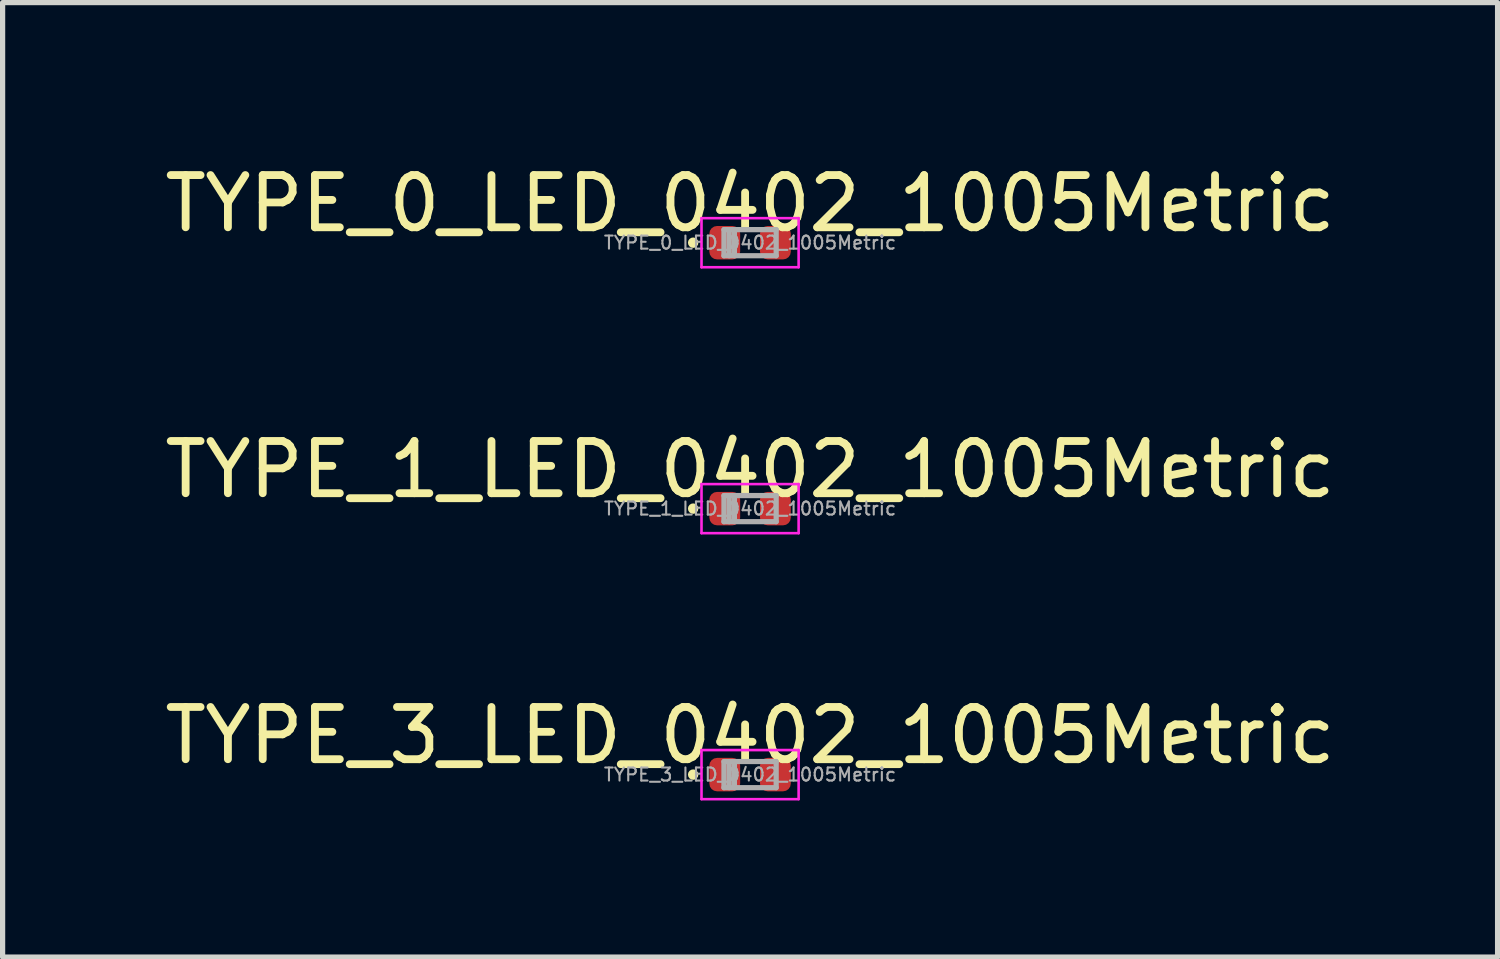
<source format=kicad_pcb>
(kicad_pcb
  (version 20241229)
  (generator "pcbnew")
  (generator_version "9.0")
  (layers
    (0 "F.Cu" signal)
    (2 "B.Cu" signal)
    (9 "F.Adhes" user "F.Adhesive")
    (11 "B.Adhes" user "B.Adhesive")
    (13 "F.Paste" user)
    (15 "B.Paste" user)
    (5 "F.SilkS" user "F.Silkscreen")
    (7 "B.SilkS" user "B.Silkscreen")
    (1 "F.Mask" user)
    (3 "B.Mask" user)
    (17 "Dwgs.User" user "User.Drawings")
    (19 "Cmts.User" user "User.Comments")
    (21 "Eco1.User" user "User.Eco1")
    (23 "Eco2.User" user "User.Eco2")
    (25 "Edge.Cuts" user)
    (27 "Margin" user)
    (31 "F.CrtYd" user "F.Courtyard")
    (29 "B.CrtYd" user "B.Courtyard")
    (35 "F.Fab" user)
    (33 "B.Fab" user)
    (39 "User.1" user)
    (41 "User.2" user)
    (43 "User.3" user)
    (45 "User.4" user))
  (footprint "TYPE_0_LED_0402_1005Metric"
    (layer "F.Cu")
    (at 11.315 1.598)
    (property "Reference" "TYPE_0_LED_0402_1005Metric" (at 0 -0.75 0) (layer "F.SilkS") (effects (font (size 1 1) (thickness 0.15))))
    (attr smd)
    (fp_circle (center -1.09 0) (end -1.04 0) (stroke (width 0.1) (type solid)) (fill no) (layer "F.SilkS"))
    (fp_line (start -0.93 -0.47) (end 0.93 -0.47) (stroke (width 0.05) (type solid)) (layer "F.CrtYd"))
    (fp_line (start -0.93 0.47) (end -0.93 -0.47) (stroke (width 0.05) (type solid)) (layer "F.CrtYd"))
    (fp_line (start 0.93 -0.47) (end 0.93 0.47) (stroke (width 0.05) (type solid)) (layer "F.CrtYd"))
    (fp_line (start 0.93 0.47) (end -0.93 0.47) (stroke (width 0.05) (type solid)) (layer "F.CrtYd"))
    (fp_line (start -0.5 -0.25) (end 0.5 -0.25) (stroke (width 0.1) (type solid)) (layer "F.Fab"))
    (fp_line (start -0.5 0.25) (end -0.5 -0.25) (stroke (width 0.1) (type solid)) (layer "F.Fab"))
    (fp_line (start -0.4 0.25) (end -0.4 -0.25) (stroke (width 0.1) (type solid)) (layer "F.Fab"))
    (fp_line (start -0.3 0.25) (end -0.3 -0.25) (stroke (width 0.1) (type solid)) (layer "F.Fab"))
    (fp_line (start 0.5 -0.25) (end 0.5 0.25) (stroke (width 0.1) (type solid)) (layer "F.Fab"))
    (fp_line (start 0.5 0.25) (end -0.5 0.25) (stroke (width 0.1) (type solid)) (layer "F.Fab"))
    (fp_text user "${REFERENCE}" (at 0 0 0) (layer "F.Fab") (effects (font (size 0.25 0.25) (thickness 0.04))))
    (pad "1" smd roundrect (at -0.485 0) (size 0.59 0.64) (layers "F.Cu" "F.Mask" "F.Paste") (roundrect_rratio 0.25))
    (pad "2" smd roundrect (at 0.485 0) (size 0.59 0.64) (layers "F.Cu" "F.Mask" "F.Paste") (roundrect_rratio 0.25)))
  (footprint "TYPE_3_LED_0402_1005Metric"
    (layer "F.Cu")
    (at 11.315 11.785)
    (property "Reference" "TYPE_3_LED_0402_1005Metric" (at 0 -0.75 0) (layer "F.SilkS") (effects (font (size 1 1) (thickness 0.15))))
    (attr smd)
    (fp_circle (center -1.09 0) (end -1.04 0) (stroke (width 0.1) (type solid)) (fill no) (layer "F.SilkS"))
    (fp_line (start -0.93 -0.47) (end 0.93 -0.47) (stroke (width 0.05) (type solid)) (layer "F.CrtYd"))
    (fp_line (start -0.93 0.47) (end -0.93 -0.47) (stroke (width 0.05) (type solid)) (layer "F.CrtYd"))
    (fp_line (start 0.93 -0.47) (end 0.93 0.47) (stroke (width 0.05) (type solid)) (layer "F.CrtYd"))
    (fp_line (start 0.93 0.47) (end -0.93 0.47) (stroke (width 0.05) (type solid)) (layer "F.CrtYd"))
    (fp_line (start -0.5 -0.25) (end 0.5 -0.25) (stroke (width 0.1) (type solid)) (layer "F.Fab"))
    (fp_line (start -0.5 0.25) (end -0.5 -0.25) (stroke (width 0.1) (type solid)) (layer "F.Fab"))
    (fp_line (start -0.4 0.25) (end -0.4 -0.25) (stroke (width 0.1) (type solid)) (layer "F.Fab"))
    (fp_line (start -0.3 0.25) (end -0.3 -0.25) (stroke (width 0.1) (type solid)) (layer "F.Fab"))
    (fp_line (start 0.5 -0.25) (end 0.5 0.25) (stroke (width 0.1) (type solid)) (layer "F.Fab"))
    (fp_line (start 0.5 0.25) (end -0.5 0.25) (stroke (width 0.1) (type solid)) (layer "F.Fab"))
    (fp_text user "${REFERENCE}" (at 0 0 0) (layer "F.Fab") (effects (font (size 0.25 0.25) (thickness 0.04))))
    (pad "1" smd roundrect (at -0.485 0) (size 0.59 0.64) (layers "F.Cu" "F.Mask" "F.Paste") (roundrect_rratio 0.25))
    (pad "2" smd roundrect (at 0.485 0) (size 0.59 0.64) (layers "F.Cu" "F.Mask" "F.Paste") (roundrect_rratio 0.25)))
  (footprint "TYPE_1_LED_0402_1005Metric"
    (layer "F.Cu")
    (at 11.315 6.691)
    (property "Reference" "TYPE_1_LED_0402_1005Metric" (at 0 -0.75 0) (layer "F.SilkS") (effects (font (size 1 1) (thickness 0.15))))
    (attr smd)
    (fp_circle (center -1.09 0) (end -1.04 0) (stroke (width 0.1) (type solid)) (fill no) (layer "F.SilkS"))
    (fp_line (start -0.93 -0.47) (end 0.93 -0.47) (stroke (width 0.05) (type solid)) (layer "F.CrtYd"))
    (fp_line (start -0.93 0.47) (end -0.93 -0.47) (stroke (width 0.05) (type solid)) (layer "F.CrtYd"))
    (fp_line (start 0.93 -0.47) (end 0.93 0.47) (stroke (width 0.05) (type solid)) (layer "F.CrtYd"))
    (fp_line (start 0.93 0.47) (end -0.93 0.47) (stroke (width 0.05) (type solid)) (layer "F.CrtYd"))
    (fp_line (start -0.5 -0.25) (end 0.5 -0.25) (stroke (width 0.1) (type solid)) (layer "F.Fab"))
    (fp_line (start -0.5 0.25) (end -0.5 -0.25) (stroke (width 0.1) (type solid)) (layer "F.Fab"))
    (fp_line (start -0.4 0.25) (end -0.4 -0.25) (stroke (width 0.1) (type solid)) (layer "F.Fab"))
    (fp_line (start -0.3 0.25) (end -0.3 -0.25) (stroke (width 0.1) (type solid)) (layer "F.Fab"))
    (fp_line (start 0.5 -0.25) (end 0.5 0.25) (stroke (width 0.1) (type solid)) (layer "F.Fab"))
    (fp_line (start 0.5 0.25) (end -0.5 0.25) (stroke (width 0.1) (type solid)) (layer "F.Fab"))
    (fp_text user "${REFERENCE}" (at 0 0 0) (layer "F.Fab") (effects (font (size 0.25 0.25) (thickness 0.04))))
    (pad "1" smd roundrect (at -0.485 0) (size 0.59 0.64) (layers "F.Cu" "F.Mask" "F.Paste") (roundrect_rratio 0.25))
    (pad "2" smd roundrect (at 0.485 0) (size 0.59 0.64) (layers "F.Cu" "F.Mask" "F.Paste") (roundrect_rratio 0.25)))
  (gr_rect
    (start -3 -3)
    (end 25.631 15.28)
    (stroke (width 0.1) (type default))
    (fill no)
    (layer "Edge.Cuts")))
</source>
